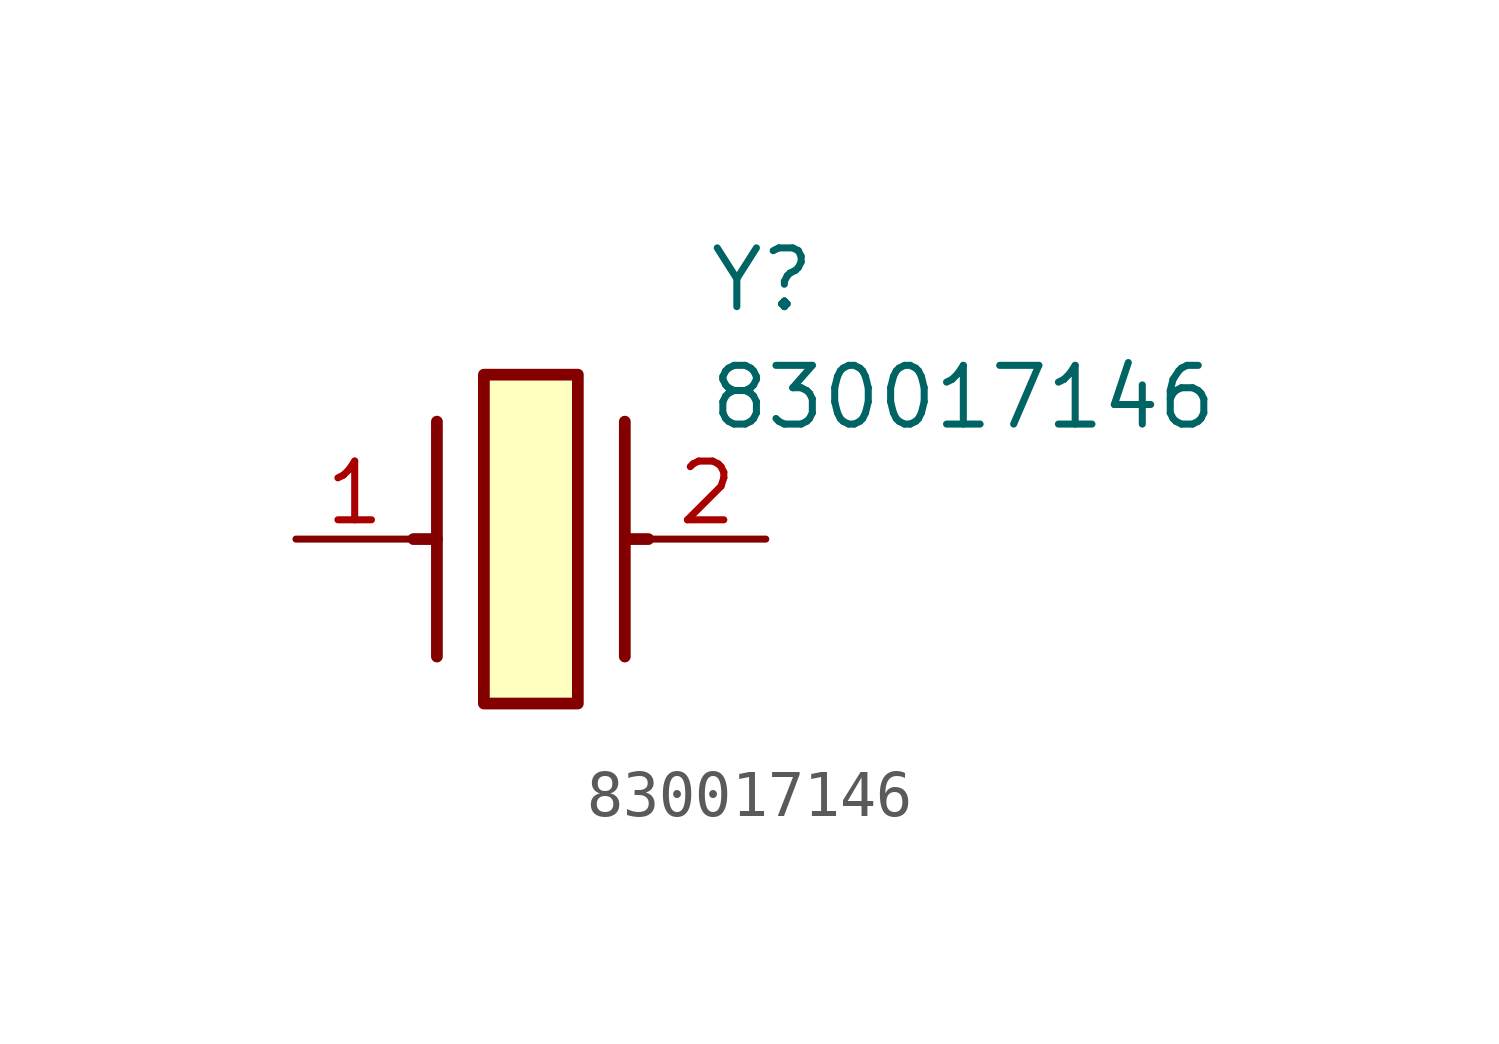
<source format=kicad_sym>
(kicad_symbol_lib
  (version 20211014)
  (generator SamacSys_ECAD_Model)
  (symbol "830017146"
    (pin_names hide)
    (property "Reference" "Y"
      (at 8.89 6.35 0)
      (effects (font (size 1.27 1.27)) (justify left top)))
    (property "Value" "830017146"
      (at 8.89 3.81 0)
      (effects (font (size 1.27 1.27)) (justify left top)))
    (rectangle
      (start 4.064 3.556)
      (end 6.096 -3.556)
      (stroke (width 0.254) (type default))
      (fill (type background)))
    (polyline
      (pts (xy 3.048 2.54) (xy 3.048 -2.54))
      (stroke (width 0.254) (type default))
      (fill (type none)))
    (polyline
      (pts (xy 7.112 2.54) (xy 7.112 -2.54))
      (stroke (width 0.254) (type default))
      (fill (type none)))
    (polyline
      (pts (xy 7.112 0) (xy 7.62 0))
      (stroke (width 0.254) (type default))
      (fill (type none)))
    (polyline
      (pts (xy 3.048 0) (xy 2.54 0))
      (stroke (width 0.254) (type default))
      (fill (type none)))
    (pin passive line
      (at 0 0 0)
      (length 2.54)
      (name "1" (effects (font (size 1.27 1.27))))
      (number "1" (effects (font (size 1.27 1.27)))))
    (pin passive line
      (at 10.16 0 180)
      (length 2.54)
      (name "2" (effects (font (size 1.27 1.27))))
      (number "2" (effects (font (size 1.27 1.27)))))))
</source>
